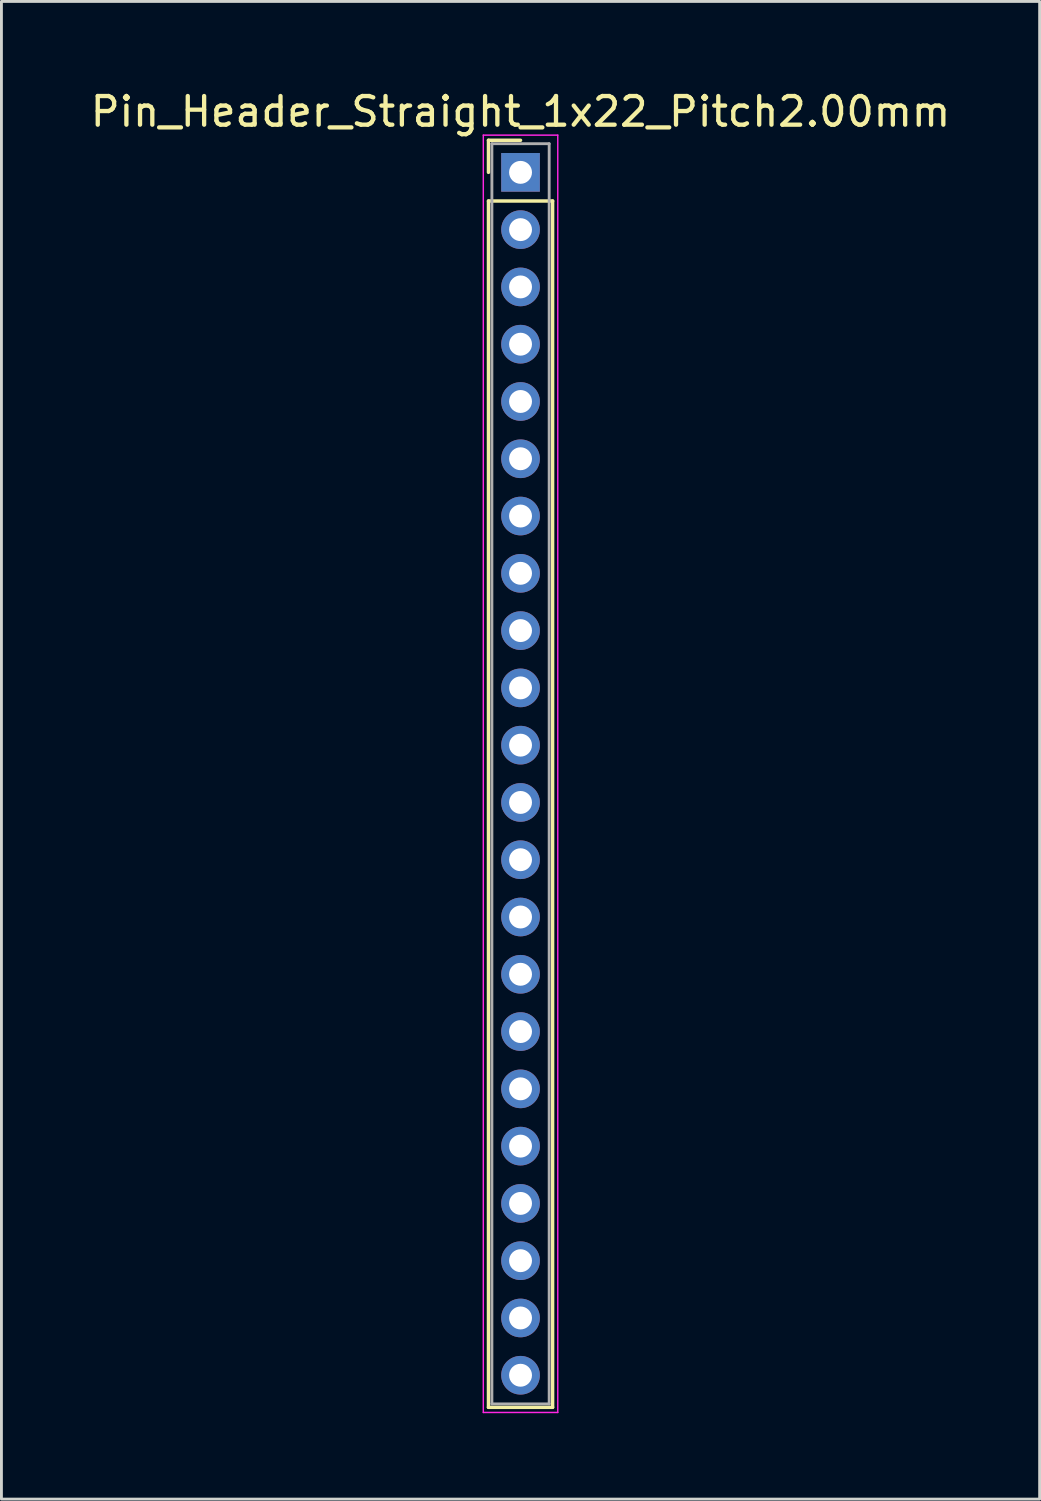
<source format=kicad_pcb>
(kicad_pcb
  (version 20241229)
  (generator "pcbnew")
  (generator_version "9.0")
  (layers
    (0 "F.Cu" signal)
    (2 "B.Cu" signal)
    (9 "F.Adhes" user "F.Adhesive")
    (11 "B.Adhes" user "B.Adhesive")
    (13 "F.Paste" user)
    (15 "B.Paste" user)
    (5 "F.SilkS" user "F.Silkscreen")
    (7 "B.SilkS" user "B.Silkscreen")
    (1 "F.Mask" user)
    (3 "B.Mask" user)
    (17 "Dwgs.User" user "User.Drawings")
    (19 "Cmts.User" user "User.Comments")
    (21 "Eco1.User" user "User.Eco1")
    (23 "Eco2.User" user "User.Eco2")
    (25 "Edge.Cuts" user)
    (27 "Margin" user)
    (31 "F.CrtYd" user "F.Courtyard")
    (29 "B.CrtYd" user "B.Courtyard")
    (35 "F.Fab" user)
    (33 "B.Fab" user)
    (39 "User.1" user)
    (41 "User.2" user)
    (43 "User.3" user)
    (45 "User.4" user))
  (footprint "Pin_Header_Straight_1x22_Pitch2.00mm"
    (layer "F.Cu")
    (at 15.125 2.968)
    (property "Reference" "Pin_Header_Straight_1x22_Pitch2.00mm" (at 0 -2.12 0) (layer "F.SilkS") (effects (font (size 1 1) (thickness 0.15))))
    (attr through_hole)
    (fp_line (start -1.12 -1.12) (end 0 -1.12) (stroke (width 0.12) (type solid)) (layer "F.SilkS"))
    (fp_line (start -1.12 0) (end -1.12 -1.12) (stroke (width 0.12) (type solid)) (layer "F.SilkS"))
    (fp_line (start -1.12 1) (end -1.12 43.12) (stroke (width 0.12) (type solid)) (layer "F.SilkS"))
    (fp_line (start -1.12 43.12) (end 1.12 43.12) (stroke (width 0.12) (type solid)) (layer "F.SilkS"))
    (fp_line (start 1.12 1) (end -1.12 1) (stroke (width 0.12) (type solid)) (layer "F.SilkS"))
    (fp_line (start 1.12 43.12) (end 1.12 1) (stroke (width 0.12) (type solid)) (layer "F.SilkS"))
    (fp_line (start -1.3 -1.3) (end -1.3 43.3) (stroke (width 0.05) (type solid)) (layer "F.CrtYd"))
    (fp_line (start -1.3 43.3) (end 1.3 43.3) (stroke (width 0.05) (type solid)) (layer "F.CrtYd"))
    (fp_line (start 1.3 -1.3) (end -1.3 -1.3) (stroke (width 0.05) (type solid)) (layer "F.CrtYd"))
    (fp_line (start 1.3 43.3) (end 1.3 -1.3) (stroke (width 0.05) (type solid)) (layer "F.CrtYd"))
    (fp_line (start -1 -1) (end -1 43) (stroke (width 0.1) (type solid)) (layer "F.Fab"))
    (fp_line (start -1 43) (end 1 43) (stroke (width 0.1) (type solid)) (layer "F.Fab"))
    (fp_line (start 1 -1) (end -1 -1) (stroke (width 0.1) (type solid)) (layer "F.Fab"))
    (fp_line (start 1 43) (end 1 -1) (stroke (width 0.1) (type solid)) (layer "F.Fab"))
    (pad "1" thru_hole rect (at 0 0) (size 1.35 1.35) (drill 0.8) (layers "*.Cu" "*.Mask"))
    (pad "2" thru_hole oval (at 0 2) (size 1.35 1.35) (drill 0.8) (layers "*.Cu" "*.Mask"))
    (pad "3" thru_hole oval (at 0 4) (size 1.35 1.35) (drill 0.8) (layers "*.Cu" "*.Mask"))
    (pad "4" thru_hole oval (at 0 6) (size 1.35 1.35) (drill 0.8) (layers "*.Cu" "*.Mask"))
    (pad "5" thru_hole oval (at 0 8) (size 1.35 1.35) (drill 0.8) (layers "*.Cu" "*.Mask"))
    (pad "6" thru_hole oval (at 0 10) (size 1.35 1.35) (drill 0.8) (layers "*.Cu" "*.Mask"))
    (pad "7" thru_hole oval (at 0 12) (size 1.35 1.35) (drill 0.8) (layers "*.Cu" "*.Mask"))
    (pad "8" thru_hole oval (at 0 14) (size 1.35 1.35) (drill 0.8) (layers "*.Cu" "*.Mask"))
    (pad "9" thru_hole oval (at 0 16) (size 1.35 1.35) (drill 0.8) (layers "*.Cu" "*.Mask"))
    (pad "10" thru_hole oval (at 0 18) (size 1.35 1.35) (drill 0.8) (layers "*.Cu" "*.Mask"))
    (pad "11" thru_hole oval (at 0 20) (size 1.35 1.35) (drill 0.8) (layers "*.Cu" "*.Mask"))
    (pad "12" thru_hole oval (at 0 22) (size 1.35 1.35) (drill 0.8) (layers "*.Cu" "*.Mask"))
    (pad "13" thru_hole oval (at 0 24) (size 1.35 1.35) (drill 0.8) (layers "*.Cu" "*.Mask"))
    (pad "14" thru_hole oval (at 0 26) (size 1.35 1.35) (drill 0.8) (layers "*.Cu" "*.Mask"))
    (pad "15" thru_hole oval (at 0 28) (size 1.35 1.35) (drill 0.8) (layers "*.Cu" "*.Mask"))
    (pad "16" thru_hole oval (at 0 30) (size 1.35 1.35) (drill 0.8) (layers "*.Cu" "*.Mask"))
    (pad "17" thru_hole oval (at 0 32) (size 1.35 1.35) (drill 0.8) (layers "*.Cu" "*.Mask"))
    (pad "18" thru_hole oval (at 0 34) (size 1.35 1.35) (drill 0.8) (layers "*.Cu" "*.Mask"))
    (pad "19" thru_hole oval (at 0 36) (size 1.35 1.35) (drill 0.8) (layers "*.Cu" "*.Mask"))
    (pad "20" thru_hole oval (at 0 38) (size 1.35 1.35) (drill 0.8) (layers "*.Cu" "*.Mask"))
    (pad "21" thru_hole oval (at 0 40) (size 1.35 1.35) (drill 0.8) (layers "*.Cu" "*.Mask"))
    (pad "22" thru_hole oval (at 0 42) (size 1.35 1.35) (drill 0.8) (layers "*.Cu" "*.Mask")))
  (gr_rect
    (start -3 -3)
    (end 33.25 49.293)
    (stroke (width 0.1) (type default))
    (fill no)
    (layer "Edge.Cuts")))
</source>
